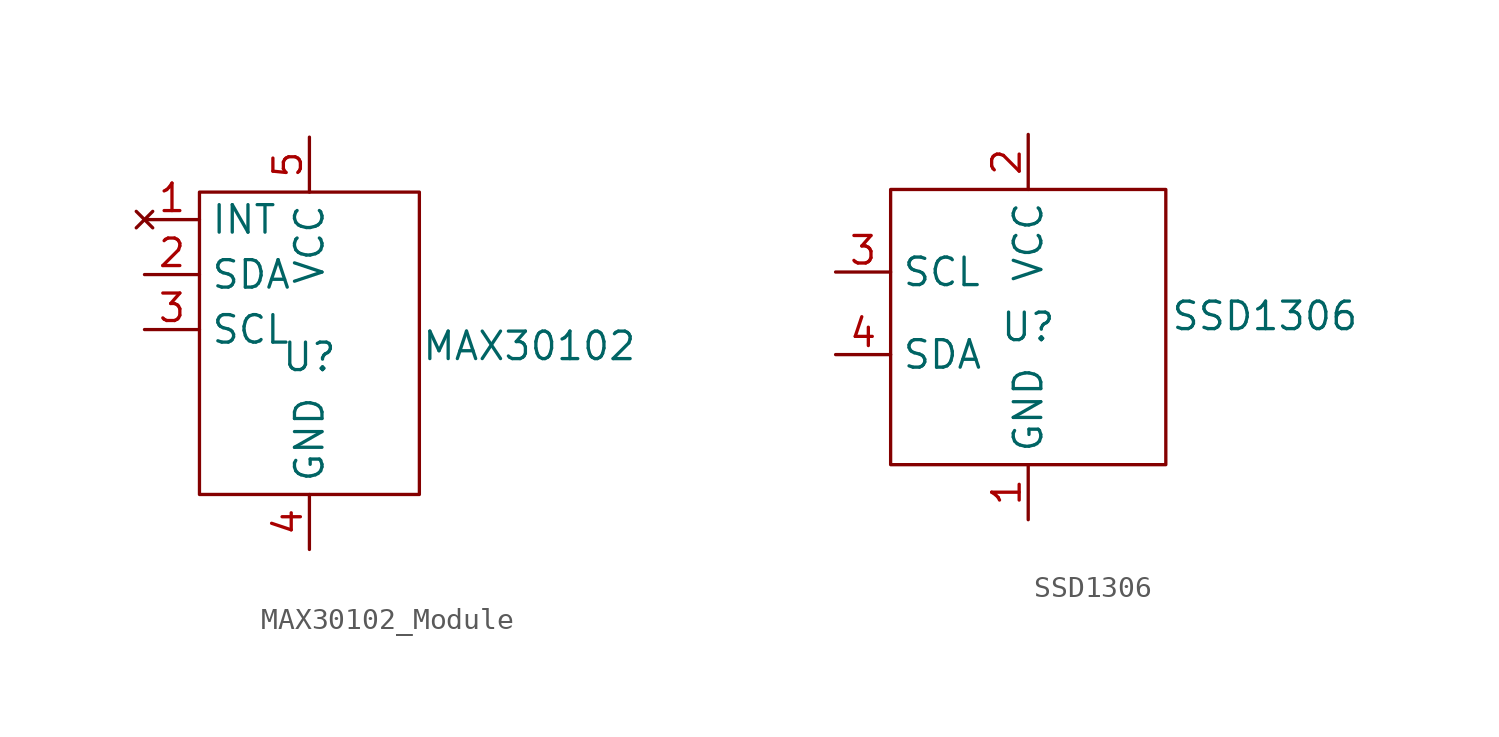
<source format=kicad_sym>
(kicad_symbol_lib
  (version 20241209)
  (generator "kicad_symbol_editor")
  (generator_version "9.0")
  (symbol "MAX30102_Module"
    (property "Reference" "U"
      (at 0 0 0)
      (effects (font (size 1.27 1.27))))
    (property "Value" "MAX30102"
      (at 10.16 0.508 0)
      (effects (font (size 1.27 1.27))))
    (symbol "MAX30102_Module_0_1"
      (rectangle (start -5.08 7.62) (end 5.08 -6.35) (stroke (width 0) (type default)) (fill (type none))))
    (symbol "MAX30102_Module_1_1"
      (pin no_connect line (at -7.62 6.35 0) (length 2.54) (name "INT" (effects (font (size 1.27 1.27)))) (number "1" (effects (font (size 1.27 1.27)))))
      (pin bidirectional line (at -7.62 3.81 0) (length 2.54) (name "SDA" (effects (font (size 1.27 1.27)))) (number "2" (effects (font (size 1.27 1.27)))))
      (pin input line (at -7.62 1.27 0) (length 2.54) (name "SCL" (effects (font (size 1.27 1.27)))) (number "3" (effects (font (size 1.27 1.27)))))
      (pin power_in line (at 0 10.16 270) (length 2.54) (name "VCC" (effects (font (size 1.27 1.27)))) (number "5" (effects (font (size 1.27 1.27)))))
      (pin power_in line (at 0 -8.89 90) (length 2.54) (name "GND" (effects (font (size 1.27 1.27)))) (number "4" (effects (font (size 1.27 1.27)))))))
  (symbol "SSD1306"
    (property "Reference" "U"
      (at 0 0 0)
      (effects (font (size 1.27 1.27))))
    (property "Value" "SSD1306"
      (at 10.922 0.508 0)
      (effects (font (size 1.27 1.27))))
    (symbol "SSD1306_0_1"
      (rectangle (start -6.35 6.35) (end 6.35 -6.35) (stroke (width 0) (type default)) (fill (type none))))
    (symbol "SSD1306_1_1"
      (pin input line (at -8.89 2.54 0) (length 2.54) (name "SCL" (effects (font (size 1.27 1.27)))) (number "3" (effects (font (size 1.27 1.27)))))
      (pin bidirectional line (at -8.89 -1.27 0) (length 2.54) (name "SDA" (effects (font (size 1.27 1.27)))) (number "4" (effects (font (size 1.27 1.27)))))
      (pin power_in line (at 0 8.89 270) (length 2.54) (name "VCC" (effects (font (size 1.27 1.27)))) (number "2" (effects (font (size 1.27 1.27)))))
      (pin power_in line (at 0 -8.89 90) (length 2.54) (name "GND" (effects (font (size 1.27 1.27)))) (number "1" (effects (font (size 1.27 1.27))))))))
</source>
